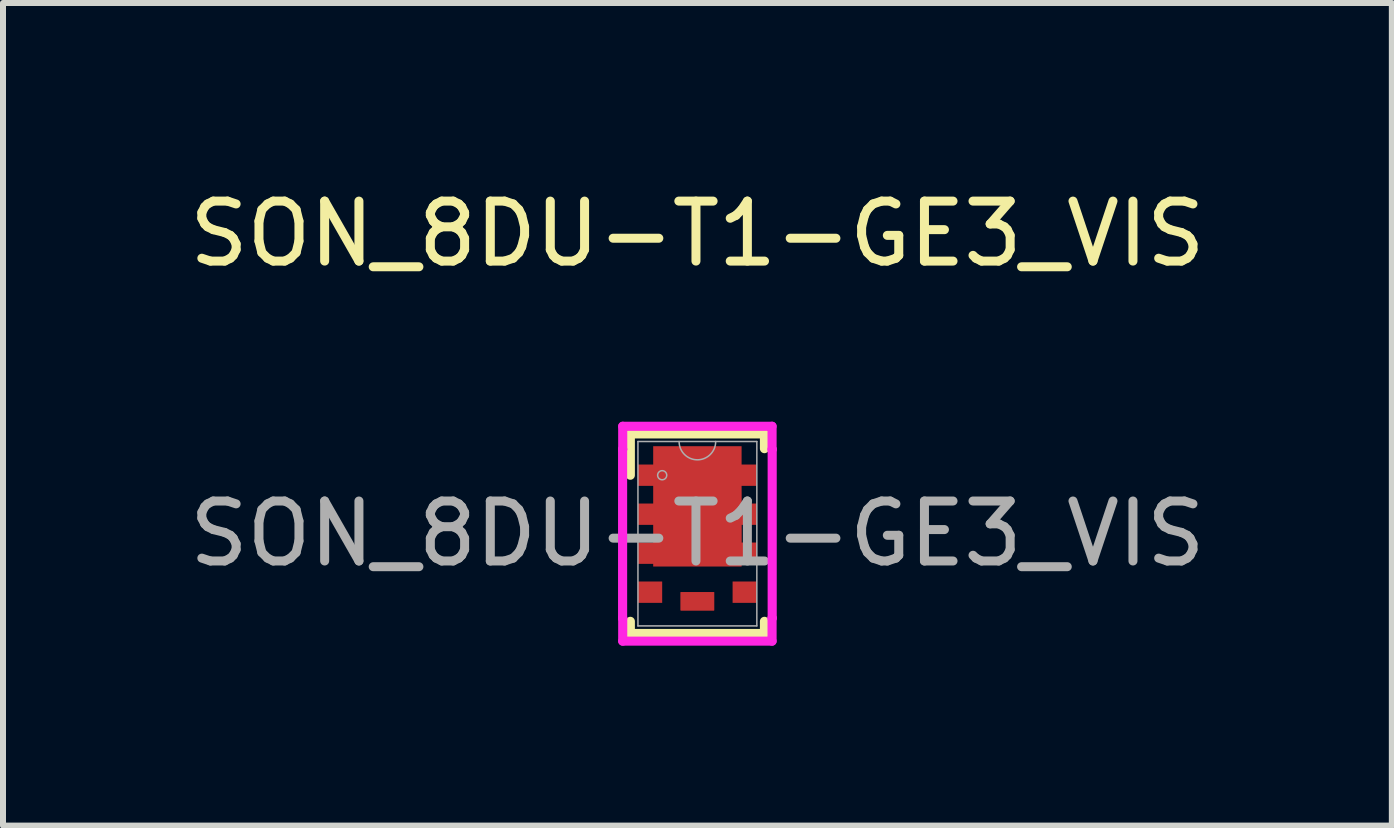
<source format=kicad_pcb>
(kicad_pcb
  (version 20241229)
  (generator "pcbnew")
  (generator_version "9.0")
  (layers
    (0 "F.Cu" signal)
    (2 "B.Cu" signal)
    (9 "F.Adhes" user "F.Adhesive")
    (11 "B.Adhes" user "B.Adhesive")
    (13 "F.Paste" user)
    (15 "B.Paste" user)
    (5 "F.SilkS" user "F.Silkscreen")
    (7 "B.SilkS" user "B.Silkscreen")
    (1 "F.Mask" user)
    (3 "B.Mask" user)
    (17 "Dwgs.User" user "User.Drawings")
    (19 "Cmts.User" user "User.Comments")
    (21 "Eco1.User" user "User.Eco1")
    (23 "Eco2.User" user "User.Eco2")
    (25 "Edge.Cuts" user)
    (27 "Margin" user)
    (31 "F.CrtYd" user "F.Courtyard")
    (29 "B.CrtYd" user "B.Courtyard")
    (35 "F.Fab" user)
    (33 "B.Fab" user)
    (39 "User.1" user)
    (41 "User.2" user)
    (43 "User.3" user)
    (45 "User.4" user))
  (footprint "SON_8DU-T1-GE3_VIS"
    (layer "F.Cu")
    (at 8.577 5.848)
    (property "Reference" "SON_8DU-T1-GE3_VIS" (at 0 -5 0) (unlocked yes) (layer "F.SilkS") (effects (font (size 1 1) (thickness 0.15))))
    (attr smd)
    (fp_line (start -1.118 -1.664) (end -1.118 -0.975) (stroke (width 0.152) (type solid)) (layer "F.SilkS"))
    (fp_line (start -1.118 1.461) (end -1.118 1.664) (stroke (width 0.152) (type solid)) (layer "F.SilkS"))
    (fp_line (start -1.118 1.664) (end 1.118 1.664) (stroke (width 0.152) (type solid)) (layer "F.SilkS"))
    (fp_line (start 1.118 -1.664) (end -1.118 -1.664) (stroke (width 0.152) (type solid)) (layer "F.SilkS"))
    (fp_line (start 1.118 -1.418) (end 1.118 -1.664) (stroke (width 0.152) (type solid)) (layer "F.SilkS"))
    (fp_line (start 1.118 1.664) (end 1.118 1.461) (stroke (width 0.152) (type solid)) (layer "F.SilkS"))
    (fp_poly (pts (xy -0.737 0.547) (xy -0.737 0.503) (xy -0.991 0.503) (xy -0.991 0.147) (xy -0.737 0.147) (xy -0.737 -0.147) (xy -0.991 -0.147) (xy -0.991 -0.503) (xy -0.737 -0.503) (xy -0.737 -0.797) (xy -0.991 -0.797) (xy -0.991 -1.153) (xy -0.737 -1.153) (xy -0.737 -1.459) (xy 0.737 -1.459) (xy 0.737 -1.153) (xy 0.991 -1.153) (xy 0.991 -0.797) (xy 0.737 -0.797) (xy 0.739 -0.503) (xy 0.993 -0.503) (xy 0.993 -0.147) (xy 0.739 -0.147) (xy 0.739 0.147) (xy 0.993 0.147) (xy 0.993 0.503) (xy 0.739 0.503) (xy 0.737 0.547)) (stroke (width 0) (type solid)) (fill yes) (layer "F.Paste"))
    (fp_line (start -1.247 -1.407) (end -1.245 -1.407) (stroke (width 0.152) (type solid)) (layer "F.CrtYd"))
    (fp_line (start -1.247 1.407) (end -1.247 -1.407) (stroke (width 0.152) (type solid)) (layer "F.CrtYd"))
    (fp_line (start -1.247 1.407) (end -1.245 1.407) (stroke (width 0.152) (type solid)) (layer "F.CrtYd"))
    (fp_line (start -1.245 -1.791) (end 1.245 -1.791) (stroke (width 0.152) (type solid)) (layer "F.CrtYd"))
    (fp_line (start -1.245 -1.407) (end -1.245 -1.791) (stroke (width 0.152) (type solid)) (layer "F.CrtYd"))
    (fp_line (start -1.245 1.791) (end -1.245 1.407) (stroke (width 0.152) (type solid)) (layer "F.CrtYd"))
    (fp_line (start 1.245 -1.791) (end 1.245 -1.407) (stroke (width 0.152) (type solid)) (layer "F.CrtYd"))
    (fp_line (start 1.245 1.407) (end 1.245 1.791) (stroke (width 0.152) (type solid)) (layer "F.CrtYd"))
    (fp_line (start 1.245 1.791) (end -1.245 1.791) (stroke (width 0.152) (type solid)) (layer "F.CrtYd"))
    (fp_line (start 1.247 -1.407) (end 1.245 -1.407) (stroke (width 0.152) (type solid)) (layer "F.CrtYd"))
    (fp_line (start 1.247 -1.407) (end 1.247 1.407) (stroke (width 0.152) (type solid)) (layer "F.CrtYd"))
    (fp_line (start 1.247 1.407) (end 1.245 1.407) (stroke (width 0.152) (type solid)) (layer "F.CrtYd"))
    (fp_line (start -0.991 -1.537) (end -0.991 1.537) (stroke (width 0.025) (type solid)) (layer "F.Fab"))
    (fp_line (start -0.991 1.537) (end 0.991 1.537) (stroke (width 0.025) (type solid)) (layer "F.Fab"))
    (fp_line (start 0.991 -1.537) (end -0.991 -1.537) (stroke (width 0.025) (type solid)) (layer "F.Fab"))
    (fp_line (start 0.991 1.537) (end 0.991 -1.537) (stroke (width 0.025) (type solid)) (layer "F.Fab"))
    (fp_arc (start 0.3048 -1.5367) (mid 0 -1.2319) (end -0.3048 -1.5367) (stroke (width 0.0254) (type solid)) (layer "F.Fab"))
    (fp_circle (center -0.587 -0.975) (end -0.511 -0.975) (stroke (width 0.025) (type solid)) (fill no) (layer "F.Fab"))
    (fp_text user "${REFERENCE}" (at 0 0 0) (unlocked yes) (layer "F.Fab") (effects (font (size 1 1) (thickness 0.15))))
    (pad "1" smd custom (at 0 -0.975) (size 1.981 0.356) (layers "F.Cu" "F.Mask" "F.Paste") (options (anchor rect)) (primitives (gr_poly (pts (xy -0.737 -0.484) (xy 0.737 -0.484) (xy 0.737 -0.178) (xy 0.991 -0.178) (xy 0.991 0.178) (xy 0.737 0.178) (xy 0.739 0.472) (xy 0.993 0.472) (xy 0.993 0.828) (xy 0.739 0.828) (xy 0.739 1.122) (xy 0.993 1.122) (xy 0.993 1.478) (xy 0.739 1.478) (xy 0.737 1.522) (xy -0.737 1.522) (xy -0.737 1.478) (xy -0.991 1.478) (xy -0.991 1.122) (xy -0.737 1.122) (xy -0.737 0.828) (xy -0.991 0.828) (xy -0.991 0.472) (xy -0.737 0.472) (xy -0.737 0.178) (xy -0.991 0.178) (xy -0.991 -0.178) (xy -0.737 -0.178)) (width 0) (fill yes))))
    (pad "4" smd rect (at -0.79 0.975) (size 0.406 0.356) (layers "F.Cu" "F.Mask" "F.Paste"))
    (pad "5" smd rect (at 0.79 0.975) (size 0.406 0.356) (layers "F.Cu" "F.Mask" "F.Paste"))
    (pad "9" smd rect (at 0 1.127) (size 0.559 0.305) (layers "F.Cu" "F.Mask"))
    (pad "9" smd rect (at 0 1.127) (size 0.559 0.305) (layers "F.Cu" "F.Paste")))
  (gr_rect
    (start -3 -3)
    (end 20.155 10.715)
    (stroke (width 0.1) (type default))
    (fill no)
    (layer "Edge.Cuts")))
</source>
